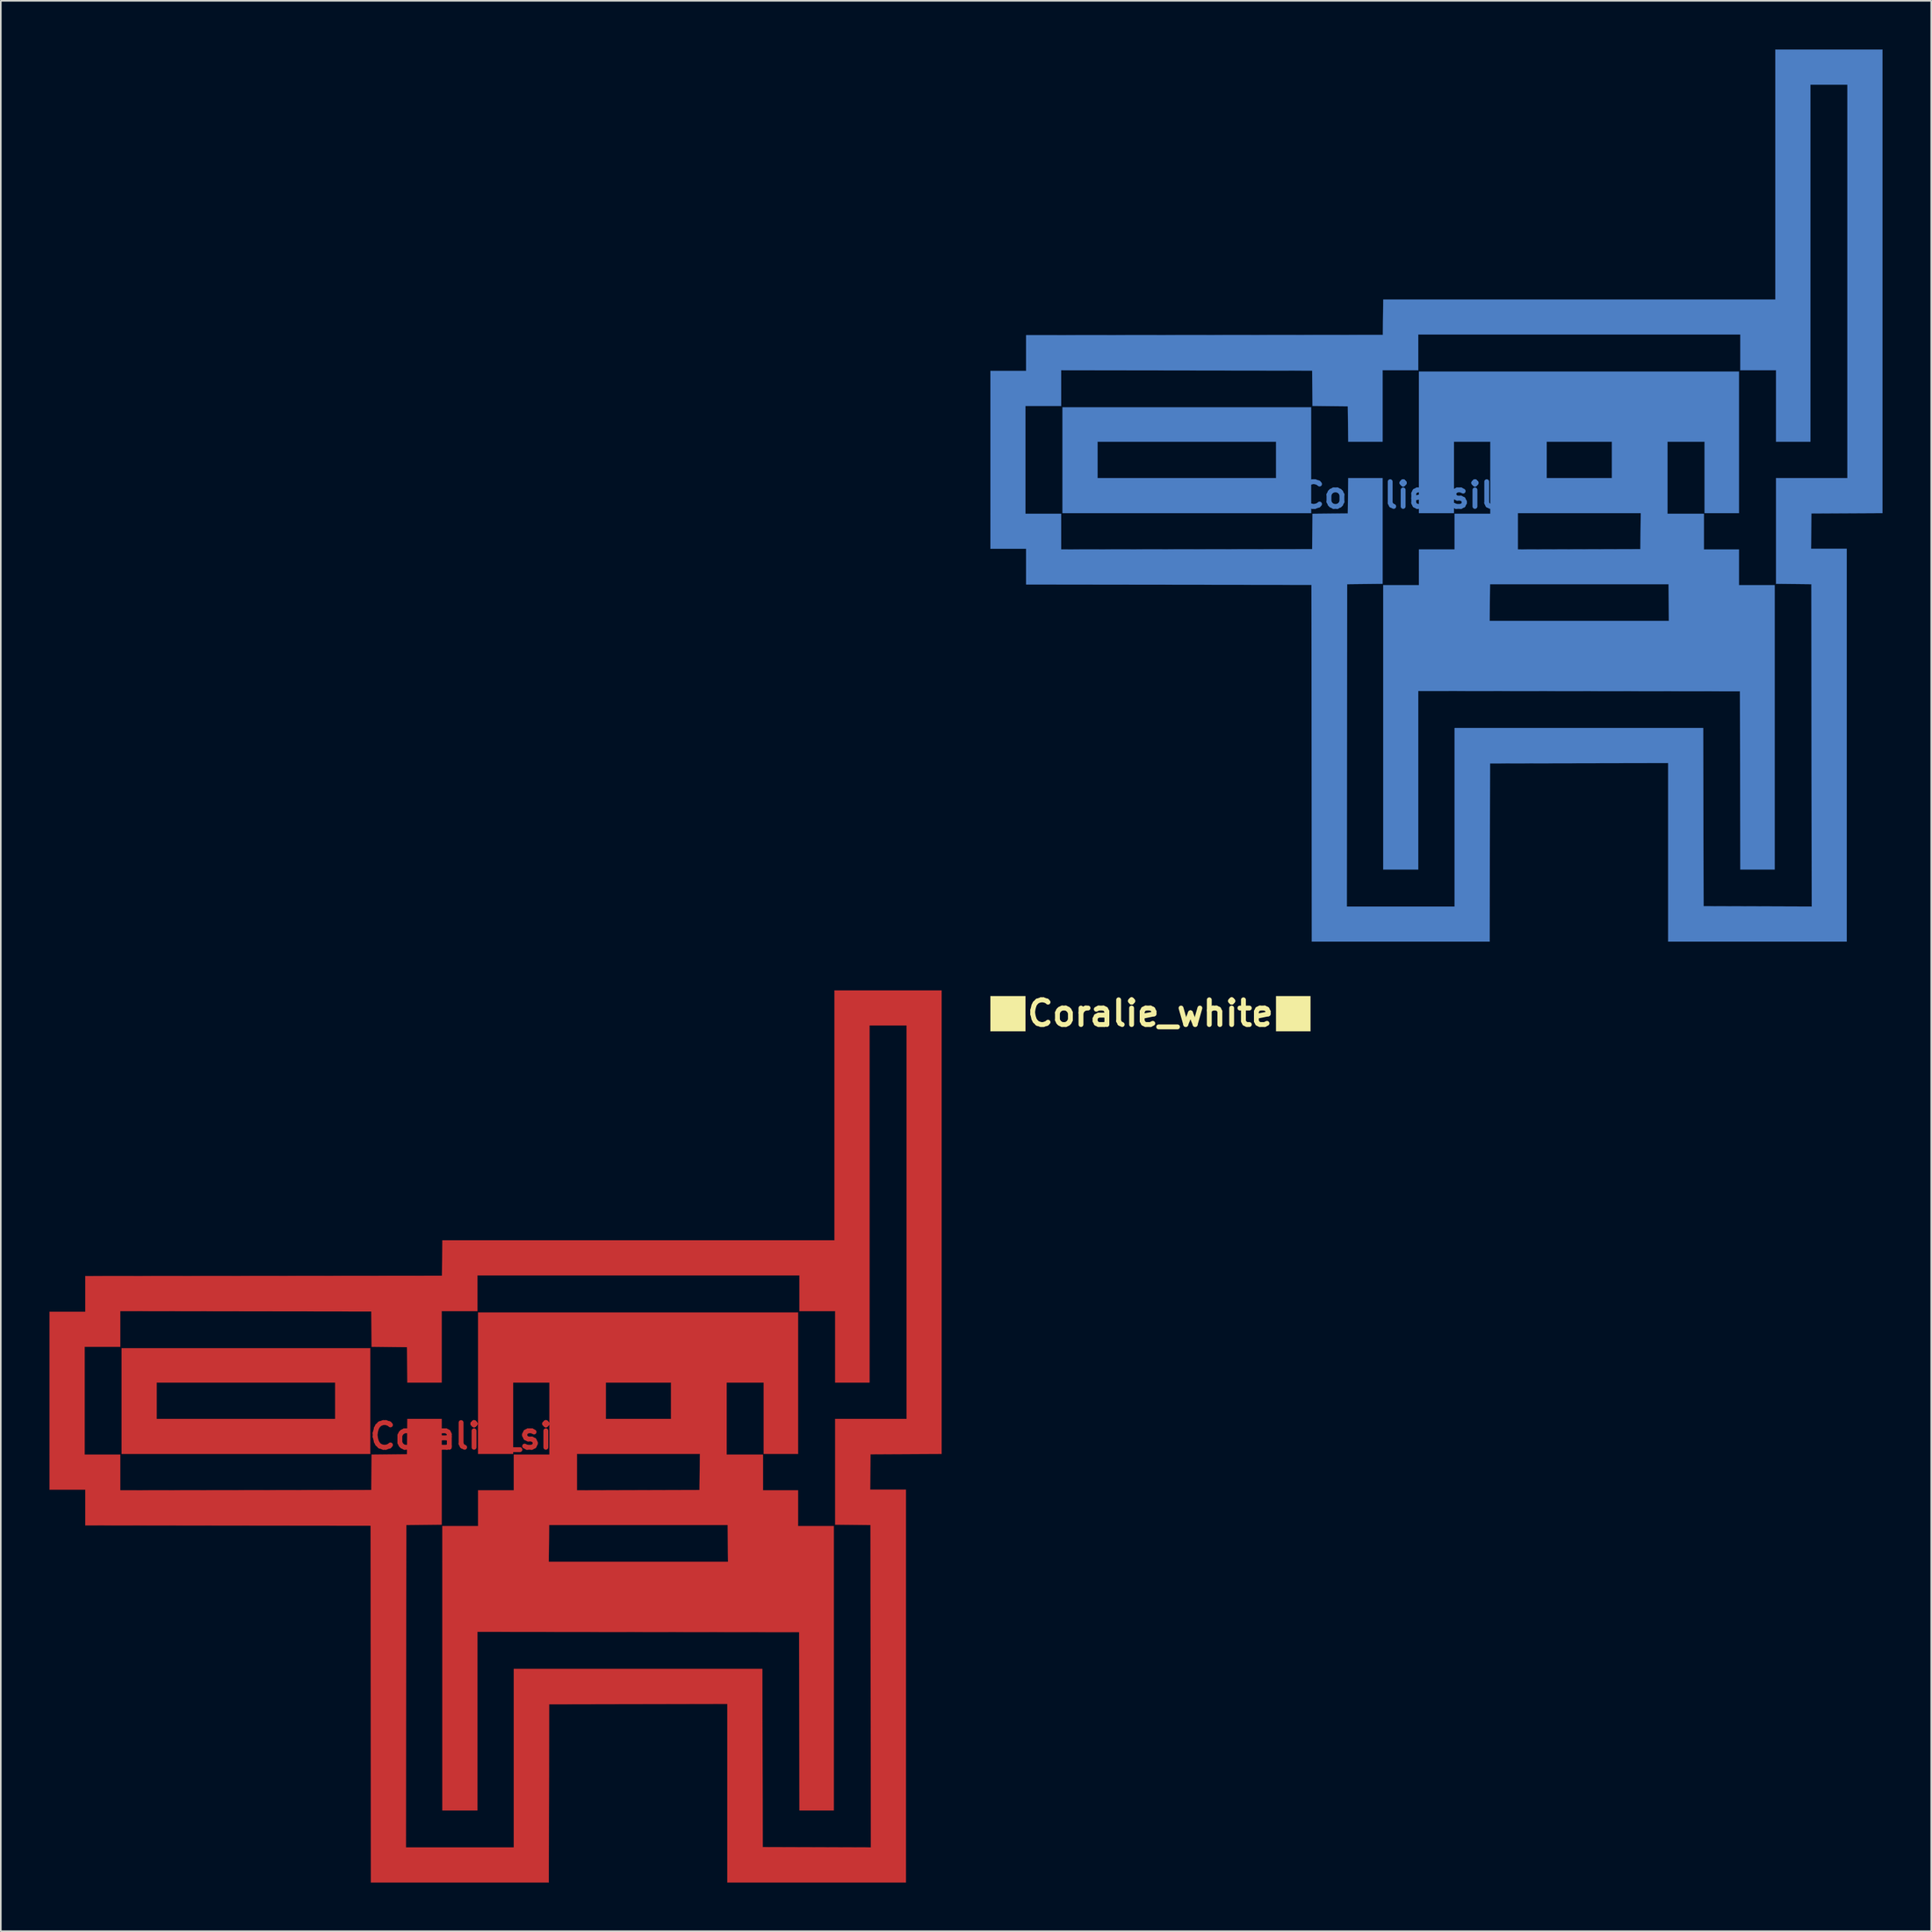
<source format=kicad_pcb>
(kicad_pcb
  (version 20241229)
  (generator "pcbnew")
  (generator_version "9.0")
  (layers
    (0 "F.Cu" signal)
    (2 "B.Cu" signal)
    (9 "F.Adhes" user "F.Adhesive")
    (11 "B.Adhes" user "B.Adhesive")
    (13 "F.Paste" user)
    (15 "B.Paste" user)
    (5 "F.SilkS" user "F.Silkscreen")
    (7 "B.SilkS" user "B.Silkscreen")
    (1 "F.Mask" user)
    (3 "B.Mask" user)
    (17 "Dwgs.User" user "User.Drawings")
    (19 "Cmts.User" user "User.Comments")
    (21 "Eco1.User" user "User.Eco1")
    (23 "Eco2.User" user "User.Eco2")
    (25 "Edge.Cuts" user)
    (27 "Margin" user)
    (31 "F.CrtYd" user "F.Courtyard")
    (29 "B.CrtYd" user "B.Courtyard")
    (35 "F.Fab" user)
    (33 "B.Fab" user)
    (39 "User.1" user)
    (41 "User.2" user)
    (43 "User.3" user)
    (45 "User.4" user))
  (footprint "Coralie_mask2"
    (layer "F.Cu")
    (at 27.479 27.479)
    (property "Reference" "Coralie_mask2" (at 0 0 0) (layer "F.Mask") (effects (font (size 1.524 1.524) (thickness 0.3))))
    (attr through_hole)
    (fp_poly (pts (xy -7.705 1.101) (xy -23.029 1.101) (xy -23.029 -3.302) (xy -20.87 -3.302) (xy -20.87 -1.058) (xy -9.864 -1.058) (xy -9.864 -3.302) (xy -20.87 -3.302) (xy -23.029 -3.302) (xy -23.029 -5.419) (xy -7.705 -5.419) (xy -7.705 1.101)) (stroke (width 0.01) (type solid)) (fill yes) (layer "F.Mask"))
    (fp_poly (pts (xy 18.669 1.101) (xy 16.552 1.101) (xy 16.552 -3.302) (xy 14.266 -3.302) (xy 14.266 1.143) (xy 16.51 1.143) (xy 16.51 3.344) (xy 18.669 3.344) (xy 18.669 5.546) (xy 20.87 5.546) (xy 20.87 23.072) (xy 18.754 23.072) (xy 18.733 12.086) (xy 8.816 12.075) (xy -1.101 12.065) (xy -1.101 23.072) (xy -3.26 23.072) (xy -3.26 7.747) (xy 3.301 7.747) (xy 14.352 7.747) (xy 14.341 6.615) (xy 14.33 5.482) (xy 3.323 5.482) (xy 3.312 6.615) (xy 3.301 7.747) (xy -3.26 7.747) (xy -3.26 5.546) (xy -1.058 5.546) (xy -1.058 3.344) (xy 1.143 3.344) (xy 1.143 1.143) (xy 3.344 1.143) (xy 3.344 1.101) (xy 5.038 1.101) (xy 5.038 3.345) (xy 8.816 3.334) (xy 12.594 3.323) (xy 12.617 1.101) (xy 5.038 1.101) (xy 3.344 1.101) (xy 3.344 -3.302) (xy 6.816 -3.302) (xy 6.816 -1.058) (xy 10.837 -1.058) (xy 10.837 -3.302) (xy 6.816 -3.302) (xy 3.344 -3.302) (xy 1.101 -3.302) (xy 1.101 1.101) (xy -1.058 1.101) (xy -1.058 -7.62) (xy 18.669 -7.62) (xy 18.669 1.101)) (stroke (width 0.01) (type solid)) (fill yes) (layer "F.Mask"))
    (fp_poly (pts (xy 27.517 1.1) (xy 23.135 1.122) (xy 23.124 2.212) (xy 23.113 3.302) (xy 25.315 3.302) (xy 25.315 27.517) (xy 14.309 27.517) (xy 14.309 16.51) (xy 3.323 16.531) (xy 3.302 27.517) (xy -7.662 27.517) (xy -7.673 16.521) (xy -7.684 5.524) (xy -16.478 5.514) (xy -25.273 5.503) (xy -25.273 3.302) (xy -27.474 3.302) (xy -27.474 -5.503) (xy -25.315 -5.503) (xy -25.315 1.143) (xy -23.114 1.143) (xy -23.114 3.345) (xy -15.378 3.334) (xy -7.641 3.323) (xy -7.63 2.234) (xy -7.619 1.144) (xy -6.529 1.133) (xy -5.44 1.122) (xy -5.417 -1.058) (xy -3.302 -1.058) (xy -3.302 5.46) (xy -4.392 5.471) (xy -5.482 5.482) (xy -5.504 25.358) (xy 1.143 25.358) (xy 1.143 14.351) (xy 16.467 14.351) (xy 16.489 25.337) (xy 19.823 25.347) (xy 23.157 25.358) (xy 23.135 5.482) (xy 22.045 5.471) (xy 20.955 5.46) (xy 20.955 -1.058) (xy 25.358 -1.058) (xy 25.358 -25.315) (xy 23.072 -25.315) (xy 23.072 -3.302) (xy 20.955 -3.302) (xy 20.955 -7.705) (xy 18.754 -7.705) (xy 18.754 -9.906) (xy -1.101 -9.906) (xy -1.101 -7.705) (xy -3.302 -7.705) (xy -3.302 -3.302) (xy -5.417 -3.302) (xy -5.429 -4.392) (xy -5.44 -5.482) (xy -6.529 -5.493) (xy -7.619 -5.505) (xy -7.63 -6.594) (xy -7.641 -7.684) (xy -15.378 -7.694) (xy -23.114 -7.705) (xy -23.114 -5.503) (xy -25.315 -5.503) (xy -27.474 -5.503) (xy -27.474 -7.662) (xy -25.273 -7.662) (xy -25.273 -9.864) (xy -14.277 -9.874) (xy -3.281 -9.885) (xy -3.27 -10.975) (xy -3.258 -12.065) (xy 20.913 -12.065) (xy 20.913 -27.474) (xy 27.517 -27.474) (xy 27.517 1.1)) (stroke (width 0.01) (type solid)) (fill yes) (layer "F.Mask")))
  (footprint "Coralie_white"
    (layer "F.Cu")
    (at 67.87 59.419)
    (property "Reference" "Coralie_white" (at 0 0 0) (layer "F.SilkS") (effects (font (size 1.524 1.524) (thickness 0.3))))
    (attr through_hole)
    (fp_poly (pts (xy -7.705 1.101) (xy -9.864 1.101) (xy -9.864 -1.058) (xy -7.705 -1.058) (xy -7.705 1.101)) (stroke (width 0.01) (type solid)) (fill yes) (layer "F.SilkS"))
    (fp_poly (pts (xy 9.864 1.101) (xy 7.747 1.101) (xy 7.747 -1.058) (xy 9.864 -1.058) (xy 9.864 1.101)) (stroke (width 0.01) (type solid)) (fill yes) (layer "F.SilkS")))
  (footprint "Coralie_silver"
    (layer "F.Cu")
    (at 27.479 85.48)
    (property "Reference" "Coralie_silver" (at 0 0 0) (layer "F.Cu") (effects (font (size 1.524 1.524) (thickness 0.3))))
    (attr through_hole)
    (fp_poly (pts (xy -7.705 1.101) (xy -23.029 1.101) (xy -23.029 -3.302) (xy -20.87 -3.302) (xy -20.87 -1.058) (xy -9.864 -1.058) (xy -9.864 -3.302) (xy -20.87 -3.302) (xy -23.029 -3.302) (xy -23.029 -5.419) (xy -7.705 -5.419) (xy -7.705 1.101)) (stroke (width 0.01) (type solid)) (fill yes) (layer "F.Cu"))
    (fp_poly (pts (xy 18.669 1.101) (xy 16.552 1.101) (xy 16.552 -3.302) (xy 14.266 -3.302) (xy 14.266 1.143) (xy 16.51 1.143) (xy 16.51 3.344) (xy 18.669 3.344) (xy 18.669 5.546) (xy 20.87 5.546) (xy 20.87 23.072) (xy 18.754 23.072) (xy 18.733 12.086) (xy 8.816 12.075) (xy -1.101 12.065) (xy -1.101 23.072) (xy -3.26 23.072) (xy -3.26 7.747) (xy 3.301 7.747) (xy 14.352 7.747) (xy 14.341 6.615) (xy 14.33 5.482) (xy 3.323 5.482) (xy 3.312 6.615) (xy 3.301 7.747) (xy -3.26 7.747) (xy -3.26 5.546) (xy -1.058 5.546) (xy -1.058 3.344) (xy 1.143 3.344) (xy 1.143 1.143) (xy 3.344 1.143) (xy 3.344 1.101) (xy 5.038 1.101) (xy 5.038 3.345) (xy 8.816 3.334) (xy 12.594 3.323) (xy 12.617 1.101) (xy 5.038 1.101) (xy 3.344 1.101) (xy 3.344 -3.302) (xy 6.816 -3.302) (xy 6.816 -1.058) (xy 10.837 -1.058) (xy 10.837 -3.302) (xy 6.816 -3.302) (xy 3.344 -3.302) (xy 1.101 -3.302) (xy 1.101 1.101) (xy -1.058 1.101) (xy -1.058 -7.62) (xy 18.669 -7.62) (xy 18.669 1.101)) (stroke (width 0.01) (type solid)) (fill yes) (layer "F.Cu"))
    (fp_poly (pts (xy 27.517 1.1) (xy 23.135 1.122) (xy 23.124 2.212) (xy 23.113 3.302) (xy 25.315 3.302) (xy 25.315 27.517) (xy 14.309 27.517) (xy 14.309 16.51) (xy 3.323 16.531) (xy 3.302 27.517) (xy -7.662 27.517) (xy -7.673 16.521) (xy -7.684 5.524) (xy -16.478 5.514) (xy -25.273 5.503) (xy -25.273 3.302) (xy -27.474 3.302) (xy -27.474 -5.503) (xy -25.315 -5.503) (xy -25.315 1.143) (xy -23.114 1.143) (xy -23.114 3.345) (xy -15.378 3.334) (xy -7.641 3.323) (xy -7.63 2.234) (xy -7.619 1.144) (xy -6.529 1.133) (xy -5.44 1.122) (xy -5.417 -1.058) (xy -3.302 -1.058) (xy -3.302 5.46) (xy -4.392 5.471) (xy -5.482 5.482) (xy -5.504 25.358) (xy 1.143 25.358) (xy 1.143 14.351) (xy 16.467 14.351) (xy 16.489 25.337) (xy 19.823 25.347) (xy 23.157 25.358) (xy 23.135 5.482) (xy 22.045 5.471) (xy 20.955 5.46) (xy 20.955 -1.058) (xy 25.358 -1.058) (xy 25.358 -25.315) (xy 23.072 -25.315) (xy 23.072 -3.302) (xy 20.955 -3.302) (xy 20.955 -7.705) (xy 18.754 -7.705) (xy 18.754 -9.906) (xy -1.101 -9.906) (xy -1.101 -7.705) (xy -3.302 -7.705) (xy -3.302 -3.302) (xy -5.417 -3.302) (xy -5.429 -4.392) (xy -5.44 -5.482) (xy -6.529 -5.493) (xy -7.619 -5.505) (xy -7.63 -6.594) (xy -7.641 -7.684) (xy -15.378 -7.694) (xy -23.114 -7.705) (xy -23.114 -5.503) (xy -25.315 -5.503) (xy -27.474 -5.503) (xy -27.474 -7.662) (xy -25.273 -7.662) (xy -25.273 -9.864) (xy -14.277 -9.874) (xy -3.281 -9.885) (xy -3.27 -10.975) (xy -3.258 -12.065) (xy 20.913 -12.065) (xy 20.913 -27.474) (xy 27.517 -27.474) (xy 27.517 1.1)) (stroke (width 0.01) (type solid)) (fill yes) (layer "F.Cu")))
  (footprint "Coralie_silver2"
    (layer "B.Cu")
    (at 85.48 27.479)
    (property "Reference" "Coralie_silver2" (at 0 0 0) (layer "B.Cu") (effects (font (size 1.524 1.524) (thickness 0.3))))
    (attr through_hole)
    (fp_poly (pts (xy -7.705 1.101) (xy -23.029 1.101) (xy -23.029 -3.302) (xy -20.87 -3.302) (xy -20.87 -1.058) (xy -9.864 -1.058) (xy -9.864 -3.302) (xy -20.87 -3.302) (xy -23.029 -3.302) (xy -23.029 -5.419) (xy -7.705 -5.419) (xy -7.705 1.101)) (stroke (width 0.01) (type solid)) (fill yes) (layer "B.Cu"))
    (fp_poly (pts (xy 18.669 1.101) (xy 16.552 1.101) (xy 16.552 -3.302) (xy 14.266 -3.302) (xy 14.266 1.143) (xy 16.51 1.143) (xy 16.51 3.344) (xy 18.669 3.344) (xy 18.669 5.546) (xy 20.87 5.546) (xy 20.87 23.072) (xy 18.754 23.072) (xy 18.733 12.086) (xy 8.816 12.075) (xy -1.101 12.065) (xy -1.101 23.072) (xy -3.26 23.072) (xy -3.26 7.747) (xy 3.301 7.747) (xy 14.352 7.747) (xy 14.341 6.615) (xy 14.33 5.482) (xy 3.323 5.482) (xy 3.312 6.615) (xy 3.301 7.747) (xy -3.26 7.747) (xy -3.26 5.546) (xy -1.058 5.546) (xy -1.058 3.344) (xy 1.143 3.344) (xy 1.143 1.143) (xy 3.344 1.143) (xy 3.344 1.101) (xy 5.038 1.101) (xy 5.038 3.345) (xy 8.816 3.334) (xy 12.594 3.323) (xy 12.617 1.101) (xy 5.038 1.101) (xy 3.344 1.101) (xy 3.344 -3.302) (xy 6.816 -3.302) (xy 6.816 -1.058) (xy 10.837 -1.058) (xy 10.837 -3.302) (xy 6.816 -3.302) (xy 3.344 -3.302) (xy 1.101 -3.302) (xy 1.101 1.101) (xy -1.058 1.101) (xy -1.058 -7.62) (xy 18.669 -7.62) (xy 18.669 1.101)) (stroke (width 0.01) (type solid)) (fill yes) (layer "B.Cu"))
    (fp_poly (pts (xy 27.517 1.1) (xy 23.135 1.122) (xy 23.124 2.212) (xy 23.113 3.302) (xy 25.315 3.302) (xy 25.315 27.517) (xy 14.309 27.517) (xy 14.309 16.51) (xy 3.323 16.531) (xy 3.302 27.517) (xy -7.662 27.517) (xy -7.673 16.521) (xy -7.684 5.524) (xy -16.478 5.514) (xy -25.273 5.503) (xy -25.273 3.302) (xy -27.474 3.302) (xy -27.474 -5.503) (xy -25.315 -5.503) (xy -25.315 1.143) (xy -23.114 1.143) (xy -23.114 3.345) (xy -15.378 3.334) (xy -7.641 3.323) (xy -7.63 2.234) (xy -7.619 1.144) (xy -6.529 1.133) (xy -5.44 1.122) (xy -5.417 -1.058) (xy -3.302 -1.058) (xy -3.302 5.46) (xy -4.392 5.471) (xy -5.482 5.482) (xy -5.504 25.358) (xy 1.143 25.358) (xy 1.143 14.351) (xy 16.467 14.351) (xy 16.489 25.337) (xy 19.823 25.347) (xy 23.157 25.358) (xy 23.135 5.482) (xy 22.045 5.471) (xy 20.955 5.46) (xy 20.955 -1.058) (xy 25.358 -1.058) (xy 25.358 -25.315) (xy 23.072 -25.315) (xy 23.072 -3.302) (xy 20.955 -3.302) (xy 20.955 -7.705) (xy 18.754 -7.705) (xy 18.754 -9.906) (xy -1.101 -9.906) (xy -1.101 -7.705) (xy -3.302 -7.705) (xy -3.302 -3.302) (xy -5.417 -3.302) (xy -5.429 -4.392) (xy -5.44 -5.482) (xy -6.529 -5.493) (xy -7.619 -5.505) (xy -7.63 -6.594) (xy -7.641 -7.684) (xy -15.378 -7.694) (xy -23.114 -7.705) (xy -23.114 -5.503) (xy -25.315 -5.503) (xy -27.474 -5.503) (xy -27.474 -7.662) (xy -25.273 -7.662) (xy -25.273 -9.864) (xy -14.277 -9.874) (xy -3.281 -9.885) (xy -3.27 -10.975) (xy -3.258 -12.065) (xy 20.913 -12.065) (xy 20.913 -27.474) (xy 27.517 -27.474) (xy 27.517 1.1)) (stroke (width 0.01) (type solid)) (fill yes) (layer "B.Cu")))
  (gr_rect
    (start -3 -3)
    (end 116.002 116.002)
    (stroke (width 0.1) (type default))
    (fill no)
    (layer "Edge.Cuts")))
</source>
